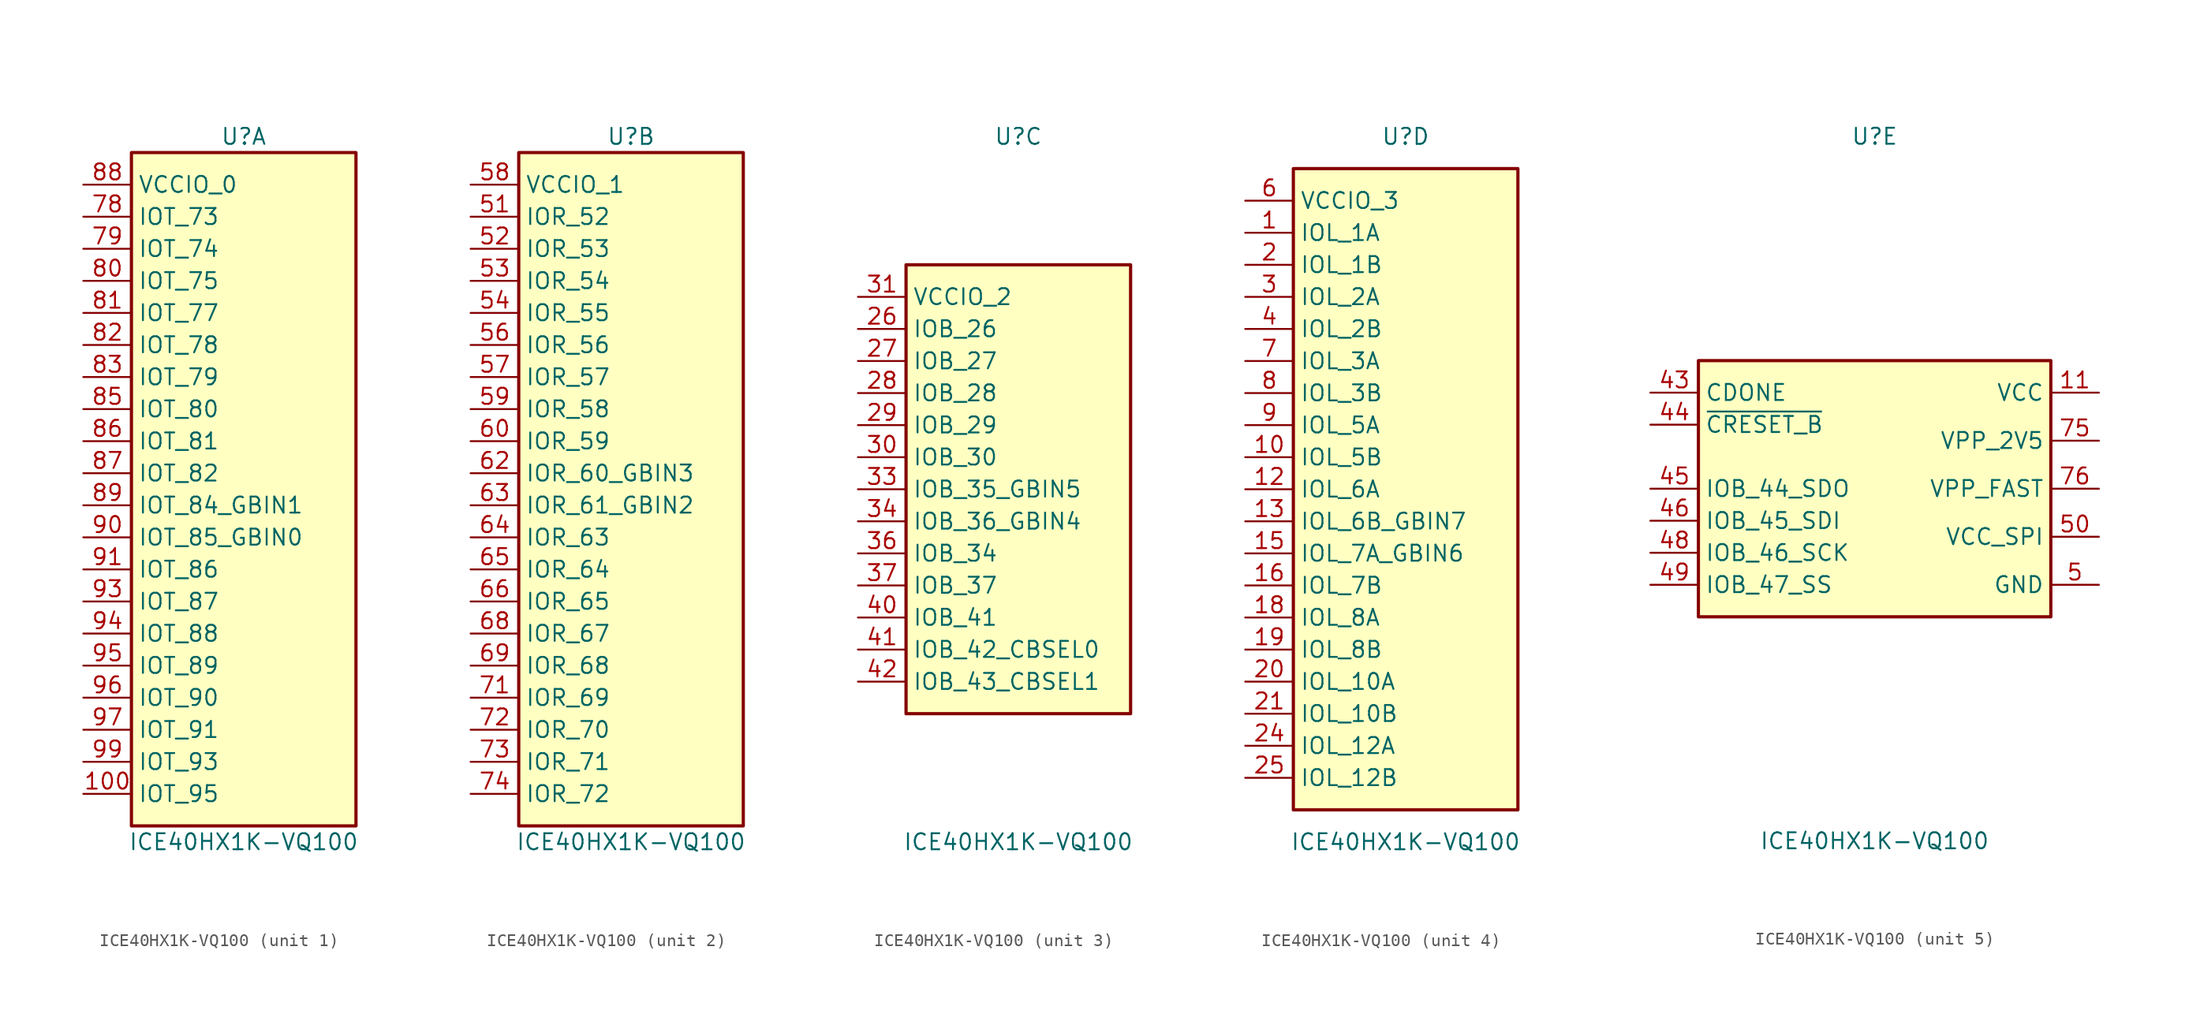
<source format=kicad_sym>
(kicad_symbol_lib
  (version 20231120)
  (generator "kicad_symbol_editor")
  (generator_version "8.0")
  (symbol "ICE40HX1K-VQ100"
    (property "Reference" "U"
      (at 0 27.94 0)
      (effects (font (size 1.27 1.27))))
    (property "Value" "ICE40HX1K-VQ100"
      (at 0 -27.94 0)
      (effects (font (size 1.27 1.27))))
    (property "ki_locked" ""
      (at 0 0 0)
      (effects (font (size 1.27 1.27))))
    (symbol "ICE40HX1K-VQ100_1_1"
      (rectangle (start -8.89 26.67) (end 8.89 -26.67) (stroke (width 0.254) (type default)) (fill (type background)))
      (pin bidirectional line (at -12.7 -24.13 0) (length 3.81) (name "IOT_95" (effects (font (size 1.27 1.27)))) (number "100" (effects (font (size 1.27 1.27)))))
      (pin bidirectional line (at -12.7 21.59 0) (length 3.81) (name "IOT_73" (effects (font (size 1.27 1.27)))) (number "78" (effects (font (size 1.27 1.27)))))
      (pin bidirectional line (at -12.7 19.05 0) (length 3.81) (name "IOT_74" (effects (font (size 1.27 1.27)))) (number "79" (effects (font (size 1.27 1.27)))))
      (pin bidirectional line (at -12.7 16.51 0) (length 3.81) (name "IOT_75" (effects (font (size 1.27 1.27)))) (number "80" (effects (font (size 1.27 1.27)))))
      (pin bidirectional line (at -12.7 13.97 0) (length 3.81) (name "IOT_77" (effects (font (size 1.27 1.27)))) (number "81" (effects (font (size 1.27 1.27)))))
      (pin bidirectional line (at -12.7 11.43 0) (length 3.81) (name "IOT_78" (effects (font (size 1.27 1.27)))) (number "82" (effects (font (size 1.27 1.27)))))
      (pin bidirectional line (at -12.7 8.89 0) (length 3.81) (name "IOT_79" (effects (font (size 1.27 1.27)))) (number "83" (effects (font (size 1.27 1.27)))))
      (pin bidirectional line (at -12.7 6.35 0) (length 3.81) (name "IOT_80" (effects (font (size 1.27 1.27)))) (number "85" (effects (font (size 1.27 1.27)))))
      (pin bidirectional line (at -12.7 3.81 0) (length 3.81) (name "IOT_81" (effects (font (size 1.27 1.27)))) (number "86" (effects (font (size 1.27 1.27)))))
      (pin bidirectional line (at -12.7 1.27 0) (length 3.81) (name "IOT_82" (effects (font (size 1.27 1.27)))) (number "87" (effects (font (size 1.27 1.27)))))
      (pin power_in line (at -12.7 24.13 0) (length 3.81) (name "VCCIO_0" (effects (font (size 1.27 1.27)))) (number "88" (effects (font (size 1.27 1.27)))))
      (pin bidirectional line (at -12.7 -1.27 0) (length 3.81) (name "IOT_84_GBIN1" (effects (font (size 1.27 1.27)))) (number "89" (effects (font (size 1.27 1.27)))))
      (pin bidirectional line (at -12.7 -3.81 0) (length 3.81) (name "IOT_85_GBIN0" (effects (font (size 1.27 1.27)))) (number "90" (effects (font (size 1.27 1.27)))))
      (pin bidirectional line (at -12.7 -6.35 0) (length 3.81) (name "IOT_86" (effects (font (size 1.27 1.27)))) (number "91" (effects (font (size 1.27 1.27)))))
      (pin passive line (at -12.7 24.13 0) (length 3.81) hide (name "VCCIO_0" (effects (font (size 1.27 1.27)))) (number "92" (effects (font (size 1.27 1.27)))))
      (pin bidirectional line (at -12.7 -8.89 0) (length 3.81) (name "IOT_87" (effects (font (size 1.27 1.27)))) (number "93" (effects (font (size 1.27 1.27)))))
      (pin bidirectional line (at -12.7 -11.43 0) (length 3.81) (name "IOT_88" (effects (font (size 1.27 1.27)))) (number "94" (effects (font (size 1.27 1.27)))))
      (pin bidirectional line (at -12.7 -13.97 0) (length 3.81) (name "IOT_89" (effects (font (size 1.27 1.27)))) (number "95" (effects (font (size 1.27 1.27)))))
      (pin bidirectional line (at -12.7 -16.51 0) (length 3.81) (name "IOT_90" (effects (font (size 1.27 1.27)))) (number "96" (effects (font (size 1.27 1.27)))))
      (pin bidirectional line (at -12.7 -19.05 0) (length 3.81) (name "IOT_91" (effects (font (size 1.27 1.27)))) (number "97" (effects (font (size 1.27 1.27)))))
      (pin bidirectional line (at -12.7 -21.59 0) (length 3.81) (name "IOT_93" (effects (font (size 1.27 1.27)))) (number "99" (effects (font (size 1.27 1.27))))))
    (symbol "ICE40HX1K-VQ100_2_1"
      (rectangle (start -8.89 26.67) (end 8.89 -26.67) (stroke (width 0.254) (type default)) (fill (type background)))
      (pin bidirectional line (at -12.7 21.59 0) (length 3.81) (name "IOR_52" (effects (font (size 1.27 1.27)))) (number "51" (effects (font (size 1.27 1.27)))))
      (pin bidirectional line (at -12.7 19.05 0) (length 3.81) (name "IOR_53" (effects (font (size 1.27 1.27)))) (number "52" (effects (font (size 1.27 1.27)))))
      (pin bidirectional line (at -12.7 16.51 0) (length 3.81) (name "IOR_54" (effects (font (size 1.27 1.27)))) (number "53" (effects (font (size 1.27 1.27)))))
      (pin bidirectional line (at -12.7 13.97 0) (length 3.81) (name "IOR_55" (effects (font (size 1.27 1.27)))) (number "54" (effects (font (size 1.27 1.27)))))
      (pin bidirectional line (at -12.7 11.43 0) (length 3.81) (name "IOR_56" (effects (font (size 1.27 1.27)))) (number "56" (effects (font (size 1.27 1.27)))))
      (pin bidirectional line (at -12.7 8.89 0) (length 3.81) (name "IOR_57" (effects (font (size 1.27 1.27)))) (number "57" (effects (font (size 1.27 1.27)))))
      (pin power_in line (at -12.7 24.13 0) (length 3.81) (name "VCCIO_1" (effects (font (size 1.27 1.27)))) (number "58" (effects (font (size 1.27 1.27)))))
      (pin bidirectional line (at -12.7 6.35 0) (length 3.81) (name "IOR_58" (effects (font (size 1.27 1.27)))) (number "59" (effects (font (size 1.27 1.27)))))
      (pin bidirectional line (at -12.7 3.81 0) (length 3.81) (name "IOR_59" (effects (font (size 1.27 1.27)))) (number "60" (effects (font (size 1.27 1.27)))))
      (pin bidirectional line (at -12.7 1.27 0) (length 3.81) (name "IOR_60_GBIN3" (effects (font (size 1.27 1.27)))) (number "62" (effects (font (size 1.27 1.27)))))
      (pin bidirectional line (at -12.7 -1.27 0) (length 3.81) (name "IOR_61_GBIN2" (effects (font (size 1.27 1.27)))) (number "63" (effects (font (size 1.27 1.27)))))
      (pin bidirectional line (at -12.7 -3.81 0) (length 3.81) (name "IOR_63" (effects (font (size 1.27 1.27)))) (number "64" (effects (font (size 1.27 1.27)))))
      (pin bidirectional line (at -12.7 -6.35 0) (length 3.81) (name "IOR_64" (effects (font (size 1.27 1.27)))) (number "65" (effects (font (size 1.27 1.27)))))
      (pin bidirectional line (at -12.7 -8.89 0) (length 3.81) (name "IOR_65" (effects (font (size 1.27 1.27)))) (number "66" (effects (font (size 1.27 1.27)))))
      (pin passive line (at -12.7 24.13 0) (length 3.81) hide (name "VCCIO_1" (effects (font (size 1.27 1.27)))) (number "67" (effects (font (size 1.27 1.27)))))
      (pin bidirectional line (at -12.7 -11.43 0) (length 3.81) (name "IOR_67" (effects (font (size 1.27 1.27)))) (number "68" (effects (font (size 1.27 1.27)))))
      (pin bidirectional line (at -12.7 -13.97 0) (length 3.81) (name "IOR_68" (effects (font (size 1.27 1.27)))) (number "69" (effects (font (size 1.27 1.27)))))
      (pin bidirectional line (at -12.7 -16.51 0) (length 3.81) (name "IOR_69" (effects (font (size 1.27 1.27)))) (number "71" (effects (font (size 1.27 1.27)))))
      (pin bidirectional line (at -12.7 -19.05 0) (length 3.81) (name "IOR_70" (effects (font (size 1.27 1.27)))) (number "72" (effects (font (size 1.27 1.27)))))
      (pin bidirectional line (at -12.7 -21.59 0) (length 3.81) (name "IOR_71" (effects (font (size 1.27 1.27)))) (number "73" (effects (font (size 1.27 1.27)))))
      (pin bidirectional line (at -12.7 -24.13 0) (length 3.81) (name "IOR_72" (effects (font (size 1.27 1.27)))) (number "74" (effects (font (size 1.27 1.27))))))
    (symbol "ICE40HX1K-VQ100_3_1"
      (rectangle (start -8.89 17.78) (end 8.89 -17.78) (stroke (width 0.254) (type default)) (fill (type background)))
      (pin bidirectional line (at -12.7 12.7 0) (length 3.81) (name "IOB_26" (effects (font (size 1.27 1.27)))) (number "26" (effects (font (size 1.27 1.27)))))
      (pin bidirectional line (at -12.7 10.16 0) (length 3.81) (name "IOB_27" (effects (font (size 1.27 1.27)))) (number "27" (effects (font (size 1.27 1.27)))))
      (pin bidirectional line (at -12.7 7.62 0) (length 3.81) (name "IOB_28" (effects (font (size 1.27 1.27)))) (number "28" (effects (font (size 1.27 1.27)))))
      (pin bidirectional line (at -12.7 5.08 0) (length 3.81) (name "IOB_29" (effects (font (size 1.27 1.27)))) (number "29" (effects (font (size 1.27 1.27)))))
      (pin bidirectional line (at -12.7 2.54 0) (length 3.81) (name "IOB_30" (effects (font (size 1.27 1.27)))) (number "30" (effects (font (size 1.27 1.27)))))
      (pin power_in line (at -12.7 15.24 0) (length 3.81) (name "VCCIO_2" (effects (font (size 1.27 1.27)))) (number "31" (effects (font (size 1.27 1.27)))))
      (pin bidirectional line (at -12.7 0 0) (length 3.81) (name "IOB_35_GBIN5" (effects (font (size 1.27 1.27)))) (number "33" (effects (font (size 1.27 1.27)))))
      (pin bidirectional line (at -12.7 -2.54 0) (length 3.81) (name "IOB_36_GBIN4" (effects (font (size 1.27 1.27)))) (number "34" (effects (font (size 1.27 1.27)))))
      (pin bidirectional line (at -12.7 -5.08 0) (length 3.81) (name "IOB_34" (effects (font (size 1.27 1.27)))) (number "36" (effects (font (size 1.27 1.27)))))
      (pin bidirectional line (at -12.7 -7.62 0) (length 3.81) (name "IOB_37" (effects (font (size 1.27 1.27)))) (number "37" (effects (font (size 1.27 1.27)))))
      (pin passive line (at -12.7 15.24 0) (length 3.81) hide (name "VCCIO_2" (effects (font (size 1.27 1.27)))) (number "38" (effects (font (size 1.27 1.27)))))
      (pin bidirectional line (at -12.7 -10.16 0) (length 3.81) (name "IOB_41" (effects (font (size 1.27 1.27)))) (number "40" (effects (font (size 1.27 1.27)))))
      (pin bidirectional line (at -12.7 -12.7 0) (length 3.81) (name "IOB_42_CBSEL0" (effects (font (size 1.27 1.27)))) (number "41" (effects (font (size 1.27 1.27)))))
      (pin bidirectional line (at -12.7 -15.24 0) (length 3.81) (name "IOB_43_CBSEL1" (effects (font (size 1.27 1.27)))) (number "42" (effects (font (size 1.27 1.27))))))
    (symbol "ICE40HX1K-VQ100_4_1"
      (rectangle (start -8.89 25.4) (end 8.89 -25.4) (stroke (width 0.254) (type default)) (fill (type background)))
      (pin bidirectional line (at -12.7 20.32 0) (length 3.81) (name "IOL_1A" (effects (font (size 1.27 1.27)))) (number "1" (effects (font (size 1.27 1.27)))))
      (pin bidirectional line (at -12.7 2.54 0) (length 3.81) (name "IOL_5B" (effects (font (size 1.27 1.27)))) (number "10" (effects (font (size 1.27 1.27)))))
      (pin bidirectional line (at -12.7 0 0) (length 3.81) (name "IOL_6A" (effects (font (size 1.27 1.27)))) (number "12" (effects (font (size 1.27 1.27)))))
      (pin bidirectional line (at -12.7 -2.54 0) (length 3.81) (name "IOL_6B_GBIN7" (effects (font (size 1.27 1.27)))) (number "13" (effects (font (size 1.27 1.27)))))
      (pin passive line (at -12.7 22.86 0) (length 3.81) hide (name "VCCIO_3" (effects (font (size 1.27 1.27)))) (number "14" (effects (font (size 1.27 1.27)))))
      (pin bidirectional line (at -12.7 -5.08 0) (length 3.81) (name "IOL_7A_GBIN6" (effects (font (size 1.27 1.27)))) (number "15" (effects (font (size 1.27 1.27)))))
      (pin bidirectional line (at -12.7 -7.62 0) (length 3.81) (name "IOL_7B" (effects (font (size 1.27 1.27)))) (number "16" (effects (font (size 1.27 1.27)))))
      (pin bidirectional line (at -12.7 -10.16 0) (length 3.81) (name "IOL_8A" (effects (font (size 1.27 1.27)))) (number "18" (effects (font (size 1.27 1.27)))))
      (pin bidirectional line (at -12.7 -12.7 0) (length 3.81) (name "IOL_8B" (effects (font (size 1.27 1.27)))) (number "19" (effects (font (size 1.27 1.27)))))
      (pin bidirectional line (at -12.7 17.78 0) (length 3.81) (name "IOL_1B" (effects (font (size 1.27 1.27)))) (number "2" (effects (font (size 1.27 1.27)))))
      (pin bidirectional line (at -12.7 -15.24 0) (length 3.81) (name "IOL_10A" (effects (font (size 1.27 1.27)))) (number "20" (effects (font (size 1.27 1.27)))))
      (pin bidirectional line (at -12.7 -17.78 0) (length 3.81) (name "IOL_10B" (effects (font (size 1.27 1.27)))) (number "21" (effects (font (size 1.27 1.27)))))
      (pin passive line (at -12.7 22.86 0) (length 3.81) hide (name "VCCIO_3" (effects (font (size 1.27 1.27)))) (number "22" (effects (font (size 1.27 1.27)))))
      (pin bidirectional line (at -12.7 -20.32 0) (length 3.81) (name "IOL_12A" (effects (font (size 1.27 1.27)))) (number "24" (effects (font (size 1.27 1.27)))))
      (pin bidirectional line (at -12.7 -22.86 0) (length 3.81) (name "IOL_12B" (effects (font (size 1.27 1.27)))) (number "25" (effects (font (size 1.27 1.27)))))
      (pin bidirectional line (at -12.7 15.24 0) (length 3.81) (name "IOL_2A" (effects (font (size 1.27 1.27)))) (number "3" (effects (font (size 1.27 1.27)))))
      (pin bidirectional line (at -12.7 12.7 0) (length 3.81) (name "IOL_2B" (effects (font (size 1.27 1.27)))) (number "4" (effects (font (size 1.27 1.27)))))
      (pin power_in line (at -12.7 22.86 0) (length 3.81) (name "VCCIO_3" (effects (font (size 1.27 1.27)))) (number "6" (effects (font (size 1.27 1.27)))))
      (pin bidirectional line (at -12.7 10.16 0) (length 3.81) (name "IOL_3A" (effects (font (size 1.27 1.27)))) (number "7" (effects (font (size 1.27 1.27)))))
      (pin bidirectional line (at -12.7 7.62 0) (length 3.81) (name "IOL_3B" (effects (font (size 1.27 1.27)))) (number "8" (effects (font (size 1.27 1.27)))))
      (pin bidirectional line (at -12.7 5.08 0) (length 3.81) (name "IOL_5A" (effects (font (size 1.27 1.27)))) (number "9" (effects (font (size 1.27 1.27))))))
    (symbol "ICE40HX1K-VQ100_5_1"
      (rectangle (start -13.97 10.16) (end 13.97 -10.16) (stroke (width 0.254) (type default)) (fill (type background)))
      (pin power_in line (at 17.78 7.62 180) (length 3.81) (name "VCC" (effects (font (size 1.27 1.27)))) (number "11" (effects (font (size 1.27 1.27)))))
      (pin passive line (at 17.78 -7.62 180) (length 3.81) hide (name "GND" (effects (font (size 1.27 1.27)))) (number "17" (effects (font (size 1.27 1.27)))))
      (pin passive line (at 17.78 -7.62 180) (length 3.81) hide (name "GND" (effects (font (size 1.27 1.27)))) (number "23" (effects (font (size 1.27 1.27)))))
      (pin passive line (at 17.78 -7.62 180) (length 3.81) hide (name "GND" (effects (font (size 1.27 1.27)))) (number "32" (effects (font (size 1.27 1.27)))))
      (pin passive line (at 17.78 7.62 180) (length 3.81) hide (name "VCC" (effects (font (size 1.27 1.27)))) (number "35" (effects (font (size 1.27 1.27)))))
      (pin passive line (at 17.78 -7.62 180) (length 3.81) hide (name "GND" (effects (font (size 1.27 1.27)))) (number "39" (effects (font (size 1.27 1.27)))))
      (pin open_collector line (at -17.78 7.62 0) (length 3.81) (name "CDONE" (effects (font (size 1.27 1.27)))) (number "43" (effects (font (size 1.27 1.27)))))
      (pin input line (at -17.78 5.08 0) (length 3.81) (name "~{CRESET_B}" (effects (font (size 1.27 1.27)))) (number "44" (effects (font (size 1.27 1.27)))))
      (pin bidirectional line (at -17.78 0 0) (length 3.81) (name "IOB_44_SDO" (effects (font (size 1.27 1.27)))) (number "45" (effects (font (size 1.27 1.27)))))
      (pin bidirectional line (at -17.78 -2.54 0) (length 3.81) (name "IOB_45_SDI" (effects (font (size 1.27 1.27)))) (number "46" (effects (font (size 1.27 1.27)))))
      (pin passive line (at 17.78 -7.62 180) (length 3.81) hide (name "GND" (effects (font (size 1.27 1.27)))) (number "47" (effects (font (size 1.27 1.27)))))
      (pin bidirectional line (at -17.78 -5.08 0) (length 3.81) (name "IOB_46_SCK" (effects (font (size 1.27 1.27)))) (number "48" (effects (font (size 1.27 1.27)))))
      (pin bidirectional line (at -17.78 -7.62 0) (length 3.81) (name "IOB_47_SS" (effects (font (size 1.27 1.27)))) (number "49" (effects (font (size 1.27 1.27)))))
      (pin power_in line (at 17.78 -7.62 180) (length 3.81) (name "GND" (effects (font (size 1.27 1.27)))) (number "5" (effects (font (size 1.27 1.27)))))
      (pin power_in line (at 17.78 -3.81 180) (length 3.81) (name "VCC_SPI" (effects (font (size 1.27 1.27)))) (number "50" (effects (font (size 1.27 1.27)))))
      (pin passive line (at 17.78 -7.62 180) (length 3.81) hide (name "GND" (effects (font (size 1.27 1.27)))) (number "55" (effects (font (size 1.27 1.27)))))
      (pin passive line (at 17.78 7.62 180) (length 3.81) hide (name "VCC" (effects (font (size 1.27 1.27)))) (number "61" (effects (font (size 1.27 1.27)))))
      (pin passive line (at 17.78 -7.62 180) (length 3.81) hide (name "GND" (effects (font (size 1.27 1.27)))) (number "70" (effects (font (size 1.27 1.27)))))
      (pin power_in line (at 17.78 3.81 180) (length 3.81) (name "VPP_2V5" (effects (font (size 1.27 1.27)))) (number "75" (effects (font (size 1.27 1.27)))))
      (pin power_in line (at 17.78 0 180) (length 3.81) (name "VPP_FAST" (effects (font (size 1.27 1.27)))) (number "76" (effects (font (size 1.27 1.27)))))
      (pin passive line (at 17.78 7.62 180) (length 3.81) hide (name "VCC" (effects (font (size 1.27 1.27)))) (number "77" (effects (font (size 1.27 1.27)))))
      (pin passive line (at 17.78 -7.62 180) (length 3.81) hide (name "GND" (effects (font (size 1.27 1.27)))) (number "84" (effects (font (size 1.27 1.27)))))
      (pin passive line (at 17.78 -7.62 180) (length 3.81) hide (name "GND" (effects (font (size 1.27 1.27)))) (number "98" (effects (font (size 1.27 1.27))))))))
</source>
